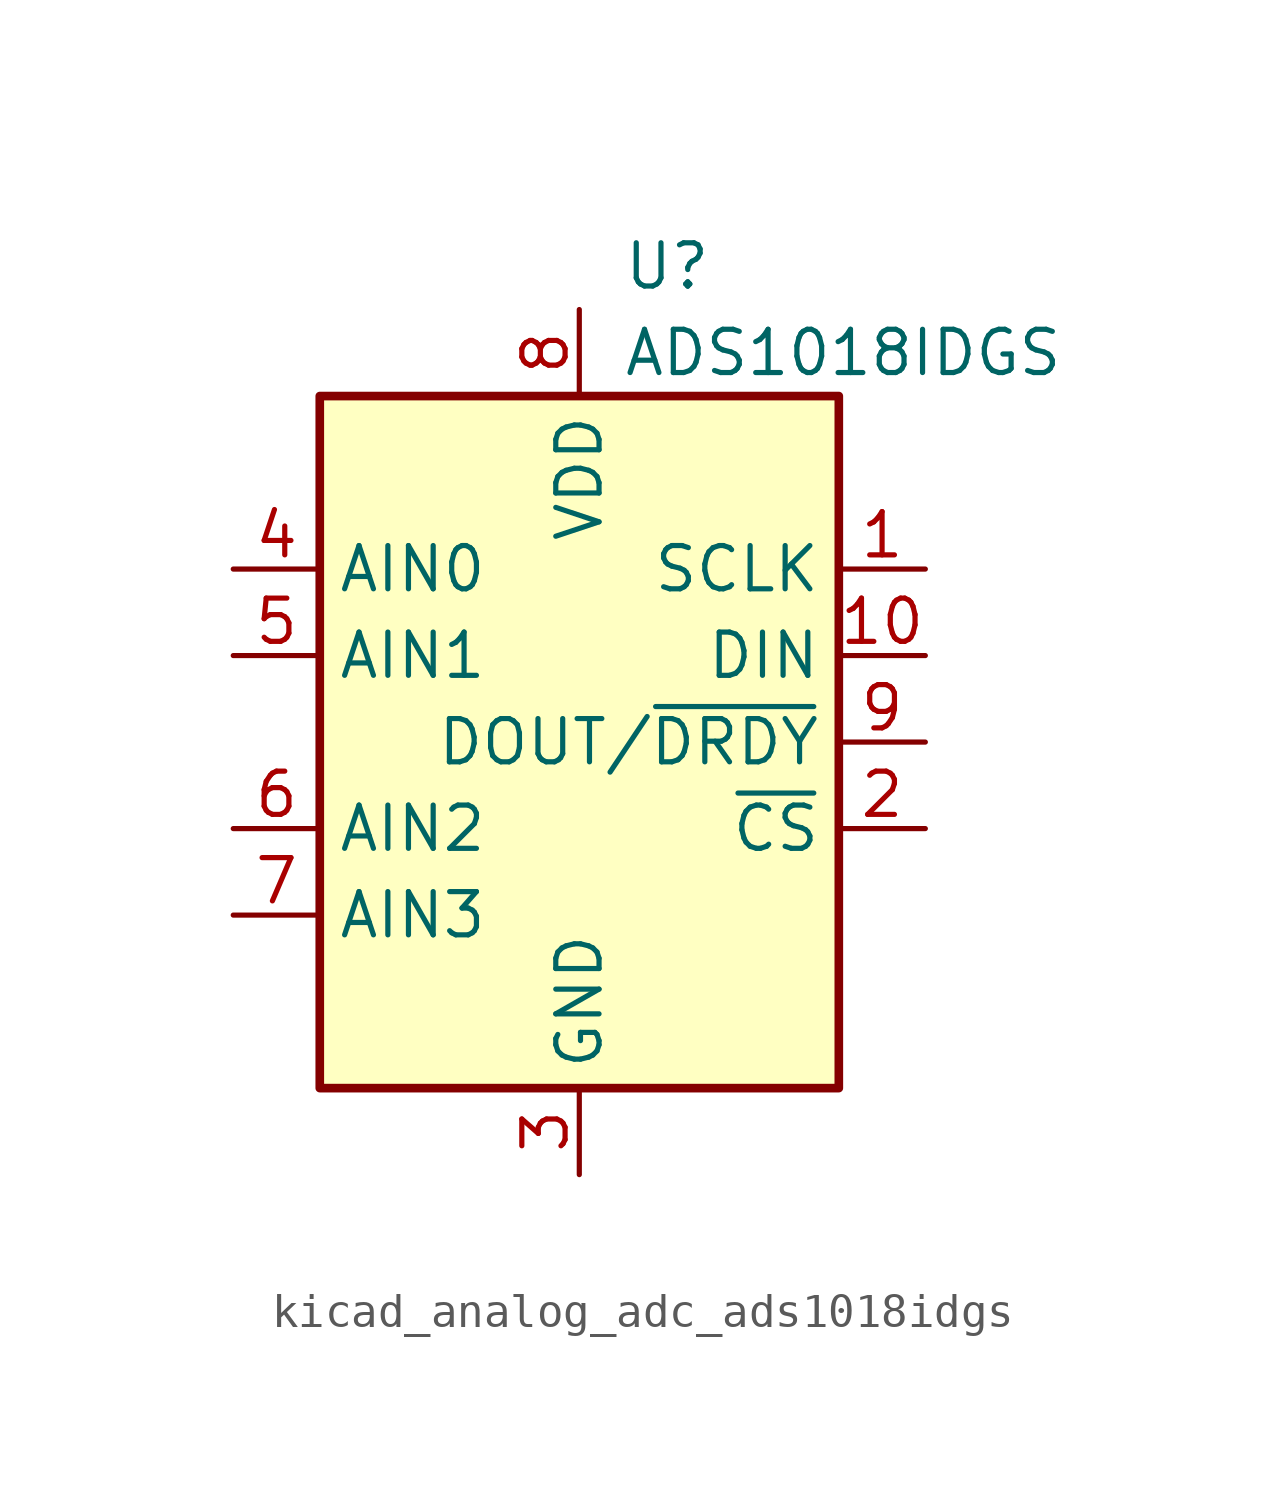
<source format=kicad_sym>
(kicad_symbol_lib
  (version 20220914)
  (generator kicad_symbol_editor)
  (symbol "kicad_analog_adc_ads1018idgs"
    (property "Reference" "U"
      (at 1.27 13.97 0)
      (effects (font (size 1.27 1.27)) (justify left)))
    (property "Value" "ADS1018IDGS"
      (at 1.27 11.43 0)
      (effects (font (size 1.27 1.27)) (justify left)))
    (symbol "kicad_analog_adc_ads1018idgs_0_1"
      (rectangle (start 7.62 10.16) (end -7.62 -10.16) (stroke (width 0.254) (type default)) (fill (type background))))
    (symbol "kicad_analog_adc_ads1018idgs_1_1"
      (pin input line (at 10.16 5.08 180) (length 2.54) (name "SCLK" (effects (font (size 1.27 1.27)))) (number "1" (effects (font (size 1.27 1.27)))))
      (pin input line (at 10.16 2.54 180) (length 2.54) (name "DIN" (effects (font (size 1.27 1.27)))) (number "10" (effects (font (size 1.27 1.27)))))
      (pin input line (at 10.16 -2.54 180) (length 2.54) (name "~{CS}" (effects (font (size 1.27 1.27)))) (number "2" (effects (font (size 1.27 1.27)))))
      (pin power_in line (at 0 -12.7 90) (length 2.54) (name "GND" (effects (font (size 1.27 1.27)))) (number "3" (effects (font (size 1.27 1.27)))))
      (pin input line (at -10.16 5.08 0) (length 2.54) (name "AIN0" (effects (font (size 1.27 1.27)))) (number "4" (effects (font (size 1.27 1.27)))))
      (pin input line (at -10.16 2.54 0) (length 2.54) (name "AIN1" (effects (font (size 1.27 1.27)))) (number "5" (effects (font (size 1.27 1.27)))))
      (pin input line (at -10.16 -2.54 0) (length 2.54) (name "AIN2" (effects (font (size 1.27 1.27)))) (number "6" (effects (font (size 1.27 1.27)))))
      (pin input line (at -10.16 -5.08 0) (length 2.54) (name "AIN3" (effects (font (size 1.27 1.27)))) (number "7" (effects (font (size 1.27 1.27)))))
      (pin power_in line (at 0 12.7 270) (length 2.54) (name "VDD" (effects (font (size 1.27 1.27)))) (number "8" (effects (font (size 1.27 1.27)))))
      (pin output line (at 10.16 0 180) (length 2.54) (name "DOUT/~{DRDY}" (effects (font (size 1.27 1.27)))) (number "9" (effects (font (size 1.27 1.27))))))))
</source>
